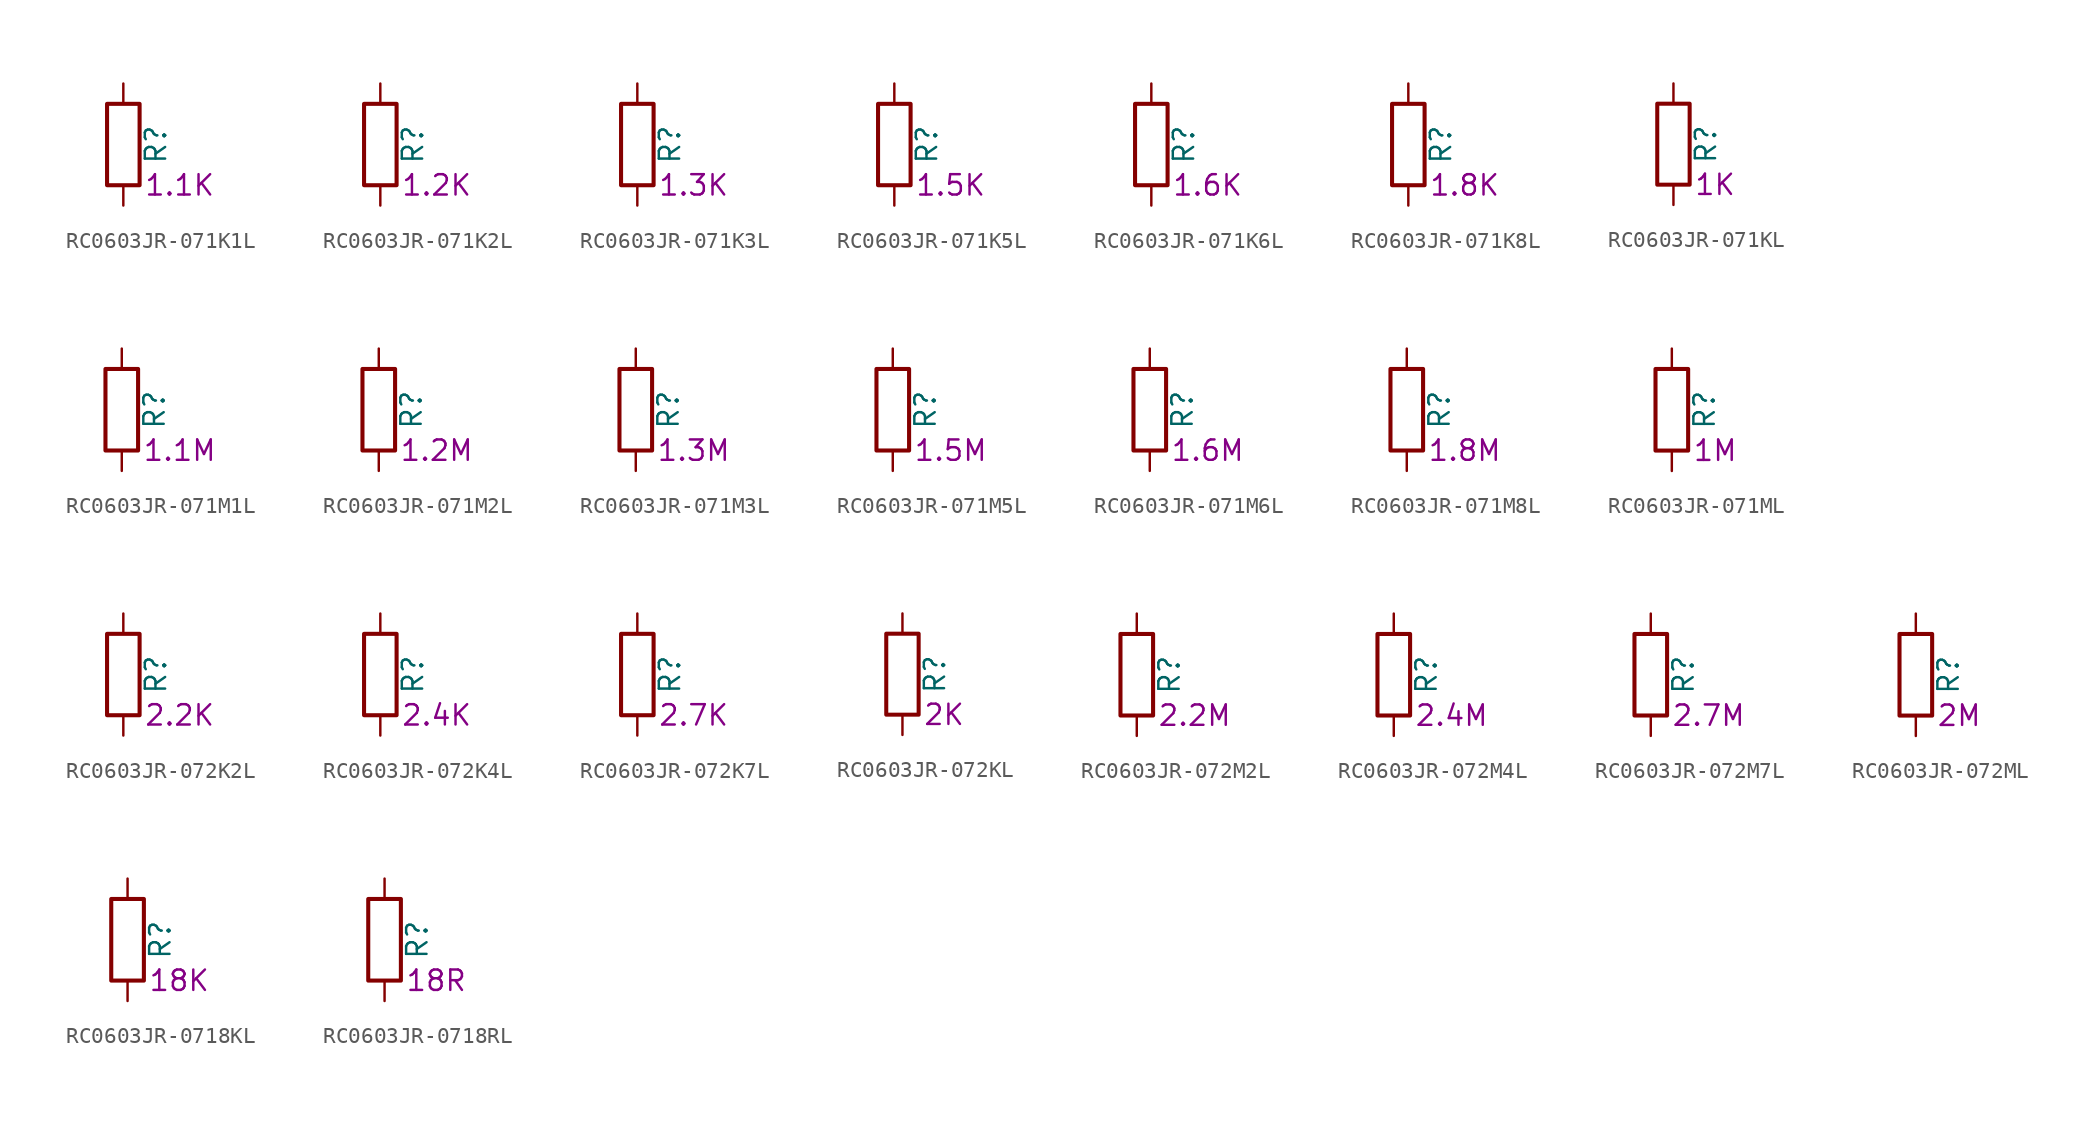
<source format=kicad_sym>
(kicad_symbol_lib
  (version 20220914)
  (generator kicad_symbol_editor)
  (symbol "RC0603JR-071K1L"
    (pin_numbers hide)
    (pin_names
      (offset 0))
    (property "Reference" "R"
      (at 2.032 0 90)
      (effects (font (size 1.27 1.27))))
    (property "Resistance" "1.1K"
      (at 1.27 -2.54 0)
      (effects (font (size 1.27 1.27)) (justify left)))
    (symbol "RC0603JR-071K1L_0_1"
      (rectangle (start -1.016 -2.54) (end 1.016 2.54) (stroke (width 0.254) (type default)) (fill (type none))))
    (symbol "RC0603JR-071K1L_1_1"
      (pin passive line (at 0 3.81 270) (length 1.27) (name "~" (effects (font (size 1.27 1.27)))) (number "1" (effects (font (size 1.27 1.27)))))
      (pin passive line (at 0 -3.81 90) (length 1.27) (name "~" (effects (font (size 1.27 1.27)))) (number "2" (effects (font (size 1.27 1.27)))))))
  (symbol "RC0603JR-071K2L"
    (pin_numbers hide)
    (pin_names
      (offset 0))
    (property "Reference" "R"
      (at 2.032 0 90)
      (effects (font (size 1.27 1.27))))
    (property "Resistance" "1.2K"
      (at 1.27 -2.54 0)
      (effects (font (size 1.27 1.27)) (justify left)))
    (symbol "RC0603JR-071K2L_0_1"
      (rectangle (start -1.016 -2.54) (end 1.016 2.54) (stroke (width 0.254) (type default)) (fill (type none))))
    (symbol "RC0603JR-071K2L_1_1"
      (pin passive line (at 0 3.81 270) (length 1.27) (name "~" (effects (font (size 1.27 1.27)))) (number "1" (effects (font (size 1.27 1.27)))))
      (pin passive line (at 0 -3.81 90) (length 1.27) (name "~" (effects (font (size 1.27 1.27)))) (number "2" (effects (font (size 1.27 1.27)))))))
  (symbol "RC0603JR-071K3L"
    (pin_numbers hide)
    (pin_names
      (offset 0))
    (property "Reference" "R"
      (at 2.032 0 90)
      (effects (font (size 1.27 1.27))))
    (property "Resistance" "1.3K"
      (at 1.27 -2.54 0)
      (effects (font (size 1.27 1.27)) (justify left)))
    (symbol "RC0603JR-071K3L_0_1"
      (rectangle (start -1.016 -2.54) (end 1.016 2.54) (stroke (width 0.254) (type default)) (fill (type none))))
    (symbol "RC0603JR-071K3L_1_1"
      (pin passive line (at 0 3.81 270) (length 1.27) (name "~" (effects (font (size 1.27 1.27)))) (number "1" (effects (font (size 1.27 1.27)))))
      (pin passive line (at 0 -3.81 90) (length 1.27) (name "~" (effects (font (size 1.27 1.27)))) (number "2" (effects (font (size 1.27 1.27)))))))
  (symbol "RC0603JR-071K5L"
    (pin_numbers hide)
    (pin_names
      (offset 0))
    (property "Reference" "R"
      (at 2.032 0 90)
      (effects (font (size 1.27 1.27))))
    (property "Resistance" "1.5K"
      (at 1.27 -2.54 0)
      (effects (font (size 1.27 1.27)) (justify left)))
    (symbol "RC0603JR-071K5L_0_1"
      (rectangle (start -1.016 -2.54) (end 1.016 2.54) (stroke (width 0.254) (type default)) (fill (type none))))
    (symbol "RC0603JR-071K5L_1_1"
      (pin passive line (at 0 3.81 270) (length 1.27) (name "~" (effects (font (size 1.27 1.27)))) (number "1" (effects (font (size 1.27 1.27)))))
      (pin passive line (at 0 -3.81 90) (length 1.27) (name "~" (effects (font (size 1.27 1.27)))) (number "2" (effects (font (size 1.27 1.27)))))))
  (symbol "RC0603JR-071K6L"
    (pin_numbers hide)
    (pin_names
      (offset 0))
    (property "Reference" "R"
      (at 2.032 0 90)
      (effects (font (size 1.27 1.27))))
    (property "Resistance" "1.6K"
      (at 1.27 -2.54 0)
      (effects (font (size 1.27 1.27)) (justify left)))
    (symbol "RC0603JR-071K6L_0_1"
      (rectangle (start -1.016 -2.54) (end 1.016 2.54) (stroke (width 0.254) (type default)) (fill (type none))))
    (symbol "RC0603JR-071K6L_1_1"
      (pin passive line (at 0 3.81 270) (length 1.27) (name "~" (effects (font (size 1.27 1.27)))) (number "1" (effects (font (size 1.27 1.27)))))
      (pin passive line (at 0 -3.81 90) (length 1.27) (name "~" (effects (font (size 1.27 1.27)))) (number "2" (effects (font (size 1.27 1.27)))))))
  (symbol "RC0603JR-071K8L"
    (pin_numbers hide)
    (pin_names
      (offset 0))
    (property "Reference" "R"
      (at 2.032 0 90)
      (effects (font (size 1.27 1.27))))
    (property "Resistance" "1.8K"
      (at 1.27 -2.54 0)
      (effects (font (size 1.27 1.27)) (justify left)))
    (symbol "RC0603JR-071K8L_0_1"
      (rectangle (start -1.016 -2.54) (end 1.016 2.54) (stroke (width 0.254) (type default)) (fill (type none))))
    (symbol "RC0603JR-071K8L_1_1"
      (pin passive line (at 0 3.81 270) (length 1.27) (name "~" (effects (font (size 1.27 1.27)))) (number "1" (effects (font (size 1.27 1.27)))))
      (pin passive line (at 0 -3.81 90) (length 1.27) (name "~" (effects (font (size 1.27 1.27)))) (number "2" (effects (font (size 1.27 1.27)))))))
  (symbol "RC0603JR-071KL"
    (pin_numbers hide)
    (pin_names
      (offset 0))
    (property "Reference" "R"
      (at 2.032 0 90)
      (effects (font (size 1.27 1.27))))
    (property "Resistance" "1K"
      (at 1.27 -2.54 0)
      (effects (font (size 1.27 1.27)) (justify left)))
    (symbol "RC0603JR-071KL_0_1"
      (rectangle (start -1.016 -2.54) (end 1.016 2.54) (stroke (width 0.254) (type default)) (fill (type none))))
    (symbol "RC0603JR-071KL_1_1"
      (pin passive line (at 0 3.81 270) (length 1.27) (name "~" (effects (font (size 1.27 1.27)))) (number "1" (effects (font (size 1.27 1.27)))))
      (pin passive line (at 0 -3.81 90) (length 1.27) (name "~" (effects (font (size 1.27 1.27)))) (number "2" (effects (font (size 1.27 1.27)))))))
  (symbol "RC0603JR-071M1L"
    (pin_numbers hide)
    (pin_names
      (offset 0))
    (property "Reference" "R"
      (at 2.032 0 90)
      (effects (font (size 1.27 1.27))))
    (property "Resistance" "1.1M"
      (at 1.27 -2.54 0)
      (effects (font (size 1.27 1.27)) (justify left)))
    (symbol "RC0603JR-071M1L_0_1"
      (rectangle (start -1.016 -2.54) (end 1.016 2.54) (stroke (width 0.254) (type default)) (fill (type none))))
    (symbol "RC0603JR-071M1L_1_1"
      (pin passive line (at 0 3.81 270) (length 1.27) (name "~" (effects (font (size 1.27 1.27)))) (number "1" (effects (font (size 1.27 1.27)))))
      (pin passive line (at 0 -3.81 90) (length 1.27) (name "~" (effects (font (size 1.27 1.27)))) (number "2" (effects (font (size 1.27 1.27)))))))
  (symbol "RC0603JR-071M2L"
    (pin_numbers hide)
    (pin_names
      (offset 0))
    (property "Reference" "R"
      (at 2.032 0 90)
      (effects (font (size 1.27 1.27))))
    (property "Resistance" "1.2M"
      (at 1.27 -2.54 0)
      (effects (font (size 1.27 1.27)) (justify left)))
    (symbol "RC0603JR-071M2L_0_1"
      (rectangle (start -1.016 -2.54) (end 1.016 2.54) (stroke (width 0.254) (type default)) (fill (type none))))
    (symbol "RC0603JR-071M2L_1_1"
      (pin passive line (at 0 3.81 270) (length 1.27) (name "~" (effects (font (size 1.27 1.27)))) (number "1" (effects (font (size 1.27 1.27)))))
      (pin passive line (at 0 -3.81 90) (length 1.27) (name "~" (effects (font (size 1.27 1.27)))) (number "2" (effects (font (size 1.27 1.27)))))))
  (symbol "RC0603JR-071M3L"
    (pin_numbers hide)
    (pin_names
      (offset 0))
    (property "Reference" "R"
      (at 2.032 0 90)
      (effects (font (size 1.27 1.27))))
    (property "Resistance" "1.3M"
      (at 1.27 -2.54 0)
      (effects (font (size 1.27 1.27)) (justify left)))
    (symbol "RC0603JR-071M3L_0_1"
      (rectangle (start -1.016 -2.54) (end 1.016 2.54) (stroke (width 0.254) (type default)) (fill (type none))))
    (symbol "RC0603JR-071M3L_1_1"
      (pin passive line (at 0 3.81 270) (length 1.27) (name "~" (effects (font (size 1.27 1.27)))) (number "1" (effects (font (size 1.27 1.27)))))
      (pin passive line (at 0 -3.81 90) (length 1.27) (name "~" (effects (font (size 1.27 1.27)))) (number "2" (effects (font (size 1.27 1.27)))))))
  (symbol "RC0603JR-071M5L"
    (pin_numbers hide)
    (pin_names
      (offset 0))
    (property "Reference" "R"
      (at 2.032 0 90)
      (effects (font (size 1.27 1.27))))
    (property "Resistance" "1.5M"
      (at 1.27 -2.54 0)
      (effects (font (size 1.27 1.27)) (justify left)))
    (symbol "RC0603JR-071M5L_0_1"
      (rectangle (start -1.016 -2.54) (end 1.016 2.54) (stroke (width 0.254) (type default)) (fill (type none))))
    (symbol "RC0603JR-071M5L_1_1"
      (pin passive line (at 0 3.81 270) (length 1.27) (name "~" (effects (font (size 1.27 1.27)))) (number "1" (effects (font (size 1.27 1.27)))))
      (pin passive line (at 0 -3.81 90) (length 1.27) (name "~" (effects (font (size 1.27 1.27)))) (number "2" (effects (font (size 1.27 1.27)))))))
  (symbol "RC0603JR-071M6L"
    (pin_numbers hide)
    (pin_names
      (offset 0))
    (property "Reference" "R"
      (at 2.032 0 90)
      (effects (font (size 1.27 1.27))))
    (property "Resistance" "1.6M"
      (at 1.27 -2.54 0)
      (effects (font (size 1.27 1.27)) (justify left)))
    (symbol "RC0603JR-071M6L_0_1"
      (rectangle (start -1.016 -2.54) (end 1.016 2.54) (stroke (width 0.254) (type default)) (fill (type none))))
    (symbol "RC0603JR-071M6L_1_1"
      (pin passive line (at 0 3.81 270) (length 1.27) (name "~" (effects (font (size 1.27 1.27)))) (number "1" (effects (font (size 1.27 1.27)))))
      (pin passive line (at 0 -3.81 90) (length 1.27) (name "~" (effects (font (size 1.27 1.27)))) (number "2" (effects (font (size 1.27 1.27)))))))
  (symbol "RC0603JR-071M8L"
    (pin_numbers hide)
    (pin_names
      (offset 0))
    (property "Reference" "R"
      (at 2.032 0 90)
      (effects (font (size 1.27 1.27))))
    (property "Resistance" "1.8M"
      (at 1.27 -2.54 0)
      (effects (font (size 1.27 1.27)) (justify left)))
    (symbol "RC0603JR-071M8L_0_1"
      (rectangle (start -1.016 -2.54) (end 1.016 2.54) (stroke (width 0.254) (type default)) (fill (type none))))
    (symbol "RC0603JR-071M8L_1_1"
      (pin passive line (at 0 3.81 270) (length 1.27) (name "~" (effects (font (size 1.27 1.27)))) (number "1" (effects (font (size 1.27 1.27)))))
      (pin passive line (at 0 -3.81 90) (length 1.27) (name "~" (effects (font (size 1.27 1.27)))) (number "2" (effects (font (size 1.27 1.27)))))))
  (symbol "RC0603JR-071ML"
    (pin_numbers hide)
    (pin_names
      (offset 0))
    (property "Reference" "R"
      (at 2.032 0 90)
      (effects (font (size 1.27 1.27))))
    (property "Resistance" "1M"
      (at 1.27 -2.54 0)
      (effects (font (size 1.27 1.27)) (justify left)))
    (symbol "RC0603JR-071ML_0_1"
      (rectangle (start -1.016 -2.54) (end 1.016 2.54) (stroke (width 0.254) (type default)) (fill (type none))))
    (symbol "RC0603JR-071ML_1_1"
      (pin passive line (at 0 3.81 270) (length 1.27) (name "~" (effects (font (size 1.27 1.27)))) (number "1" (effects (font (size 1.27 1.27)))))
      (pin passive line (at 0 -3.81 90) (length 1.27) (name "~" (effects (font (size 1.27 1.27)))) (number "2" (effects (font (size 1.27 1.27)))))))
  (symbol "RC0603JR-072K2L"
    (pin_numbers hide)
    (pin_names
      (offset 0))
    (property "Reference" "R"
      (at 2.032 0 90)
      (effects (font (size 1.27 1.27))))
    (property "Resistance" "2.2K"
      (at 1.27 -2.54 0)
      (effects (font (size 1.27 1.27)) (justify left)))
    (symbol "RC0603JR-072K2L_0_1"
      (rectangle (start -1.016 -2.54) (end 1.016 2.54) (stroke (width 0.254) (type default)) (fill (type none))))
    (symbol "RC0603JR-072K2L_1_1"
      (pin passive line (at 0 3.81 270) (length 1.27) (name "~" (effects (font (size 1.27 1.27)))) (number "1" (effects (font (size 1.27 1.27)))))
      (pin passive line (at 0 -3.81 90) (length 1.27) (name "~" (effects (font (size 1.27 1.27)))) (number "2" (effects (font (size 1.27 1.27)))))))
  (symbol "RC0603JR-072K4L"
    (pin_numbers hide)
    (pin_names
      (offset 0))
    (property "Reference" "R"
      (at 2.032 0 90)
      (effects (font (size 1.27 1.27))))
    (property "Resistance" "2.4K"
      (at 1.27 -2.54 0)
      (effects (font (size 1.27 1.27)) (justify left)))
    (symbol "RC0603JR-072K4L_0_1"
      (rectangle (start -1.016 -2.54) (end 1.016 2.54) (stroke (width 0.254) (type default)) (fill (type none))))
    (symbol "RC0603JR-072K4L_1_1"
      (pin passive line (at 0 3.81 270) (length 1.27) (name "~" (effects (font (size 1.27 1.27)))) (number "1" (effects (font (size 1.27 1.27)))))
      (pin passive line (at 0 -3.81 90) (length 1.27) (name "~" (effects (font (size 1.27 1.27)))) (number "2" (effects (font (size 1.27 1.27)))))))
  (symbol "RC0603JR-072K7L"
    (pin_numbers hide)
    (pin_names
      (offset 0))
    (property "Reference" "R"
      (at 2.032 0 90)
      (effects (font (size 1.27 1.27))))
    (property "Resistance" "2.7K"
      (at 1.27 -2.54 0)
      (effects (font (size 1.27 1.27)) (justify left)))
    (symbol "RC0603JR-072K7L_0_1"
      (rectangle (start -1.016 -2.54) (end 1.016 2.54) (stroke (width 0.254) (type default)) (fill (type none))))
    (symbol "RC0603JR-072K7L_1_1"
      (pin passive line (at 0 3.81 270) (length 1.27) (name "~" (effects (font (size 1.27 1.27)))) (number "1" (effects (font (size 1.27 1.27)))))
      (pin passive line (at 0 -3.81 90) (length 1.27) (name "~" (effects (font (size 1.27 1.27)))) (number "2" (effects (font (size 1.27 1.27)))))))
  (symbol "RC0603JR-072KL"
    (pin_numbers hide)
    (pin_names
      (offset 0))
    (property "Reference" "R"
      (at 2.032 0 90)
      (effects (font (size 1.27 1.27))))
    (property "Resistance" "2K"
      (at 1.27 -2.54 0)
      (effects (font (size 1.27 1.27)) (justify left)))
    (symbol "RC0603JR-072KL_0_1"
      (rectangle (start -1.016 -2.54) (end 1.016 2.54) (stroke (width 0.254) (type default)) (fill (type none))))
    (symbol "RC0603JR-072KL_1_1"
      (pin passive line (at 0 3.81 270) (length 1.27) (name "~" (effects (font (size 1.27 1.27)))) (number "1" (effects (font (size 1.27 1.27)))))
      (pin passive line (at 0 -3.81 90) (length 1.27) (name "~" (effects (font (size 1.27 1.27)))) (number "2" (effects (font (size 1.27 1.27)))))))
  (symbol "RC0603JR-072M2L"
    (pin_numbers hide)
    (pin_names
      (offset 0))
    (property "Reference" "R"
      (at 2.032 0 90)
      (effects (font (size 1.27 1.27))))
    (property "Resistance" "2.2M"
      (at 1.27 -2.54 0)
      (effects (font (size 1.27 1.27)) (justify left)))
    (symbol "RC0603JR-072M2L_0_1"
      (rectangle (start -1.016 -2.54) (end 1.016 2.54) (stroke (width 0.254) (type default)) (fill (type none))))
    (symbol "RC0603JR-072M2L_1_1"
      (pin passive line (at 0 3.81 270) (length 1.27) (name "~" (effects (font (size 1.27 1.27)))) (number "1" (effects (font (size 1.27 1.27)))))
      (pin passive line (at 0 -3.81 90) (length 1.27) (name "~" (effects (font (size 1.27 1.27)))) (number "2" (effects (font (size 1.27 1.27)))))))
  (symbol "RC0603JR-072M4L"
    (pin_numbers hide)
    (pin_names
      (offset 0))
    (property "Reference" "R"
      (at 2.032 0 90)
      (effects (font (size 1.27 1.27))))
    (property "Resistance" "2.4M"
      (at 1.27 -2.54 0)
      (effects (font (size 1.27 1.27)) (justify left)))
    (symbol "RC0603JR-072M4L_0_1"
      (rectangle (start -1.016 -2.54) (end 1.016 2.54) (stroke (width 0.254) (type default)) (fill (type none))))
    (symbol "RC0603JR-072M4L_1_1"
      (pin passive line (at 0 3.81 270) (length 1.27) (name "~" (effects (font (size 1.27 1.27)))) (number "1" (effects (font (size 1.27 1.27)))))
      (pin passive line (at 0 -3.81 90) (length 1.27) (name "~" (effects (font (size 1.27 1.27)))) (number "2" (effects (font (size 1.27 1.27)))))))
  (symbol "RC0603JR-072M7L"
    (pin_numbers hide)
    (pin_names
      (offset 0))
    (property "Reference" "R"
      (at 2.032 0 90)
      (effects (font (size 1.27 1.27))))
    (property "Resistance" "2.7M"
      (at 1.27 -2.54 0)
      (effects (font (size 1.27 1.27)) (justify left)))
    (symbol "RC0603JR-072M7L_0_1"
      (rectangle (start -1.016 -2.54) (end 1.016 2.54) (stroke (width 0.254) (type default)) (fill (type none))))
    (symbol "RC0603JR-072M7L_1_1"
      (pin passive line (at 0 3.81 270) (length 1.27) (name "~" (effects (font (size 1.27 1.27)))) (number "1" (effects (font (size 1.27 1.27)))))
      (pin passive line (at 0 -3.81 90) (length 1.27) (name "~" (effects (font (size 1.27 1.27)))) (number "2" (effects (font (size 1.27 1.27)))))))
  (symbol "RC0603JR-072ML"
    (pin_numbers hide)
    (pin_names
      (offset 0))
    (property "Reference" "R"
      (at 2.032 0 90)
      (effects (font (size 1.27 1.27))))
    (property "Resistance" "2M"
      (at 1.27 -2.54 0)
      (effects (font (size 1.27 1.27)) (justify left)))
    (symbol "RC0603JR-072ML_0_1"
      (rectangle (start -1.016 -2.54) (end 1.016 2.54) (stroke (width 0.254) (type default)) (fill (type none))))
    (symbol "RC0603JR-072ML_1_1"
      (pin passive line (at 0 3.81 270) (length 1.27) (name "~" (effects (font (size 1.27 1.27)))) (number "1" (effects (font (size 1.27 1.27)))))
      (pin passive line (at 0 -3.81 90) (length 1.27) (name "~" (effects (font (size 1.27 1.27)))) (number "2" (effects (font (size 1.27 1.27)))))))
  (symbol "RC0603JR-0718KL"
    (pin_numbers hide)
    (pin_names
      (offset 0))
    (property "Reference" "R"
      (at 2.032 0 90)
      (effects (font (size 1.27 1.27))))
    (property "Resistance" "18K"
      (at 1.27 -2.54 0)
      (effects (font (size 1.27 1.27)) (justify left)))
    (symbol "RC0603JR-0718KL_0_1"
      (rectangle (start -1.016 -2.54) (end 1.016 2.54) (stroke (width 0.254) (type default)) (fill (type none))))
    (symbol "RC0603JR-0718KL_1_1"
      (pin passive line (at 0 3.81 270) (length 1.27) (name "~" (effects (font (size 1.27 1.27)))) (number "1" (effects (font (size 1.27 1.27)))))
      (pin passive line (at 0 -3.81 90) (length 1.27) (name "~" (effects (font (size 1.27 1.27)))) (number "2" (effects (font (size 1.27 1.27)))))))
  (symbol "RC0603JR-0718RL"
    (pin_numbers hide)
    (pin_names
      (offset 0))
    (property "Reference" "R"
      (at 2.032 0 90)
      (effects (font (size 1.27 1.27))))
    (property "Resistance" "18R"
      (at 1.27 -2.54 0)
      (effects (font (size 1.27 1.27)) (justify left)))
    (symbol "RC0603JR-0718RL_0_1"
      (rectangle (start -1.016 -2.54) (end 1.016 2.54) (stroke (width 0.254) (type default)) (fill (type none))))
    (symbol "RC0603JR-0718RL_1_1"
      (pin passive line (at 0 3.81 270) (length 1.27) (name "~" (effects (font (size 1.27 1.27)))) (number "1" (effects (font (size 1.27 1.27)))))
      (pin passive line (at 0 -3.81 90) (length 1.27) (name "~" (effects (font (size 1.27 1.27)))) (number "2" (effects (font (size 1.27 1.27))))))))
</source>
